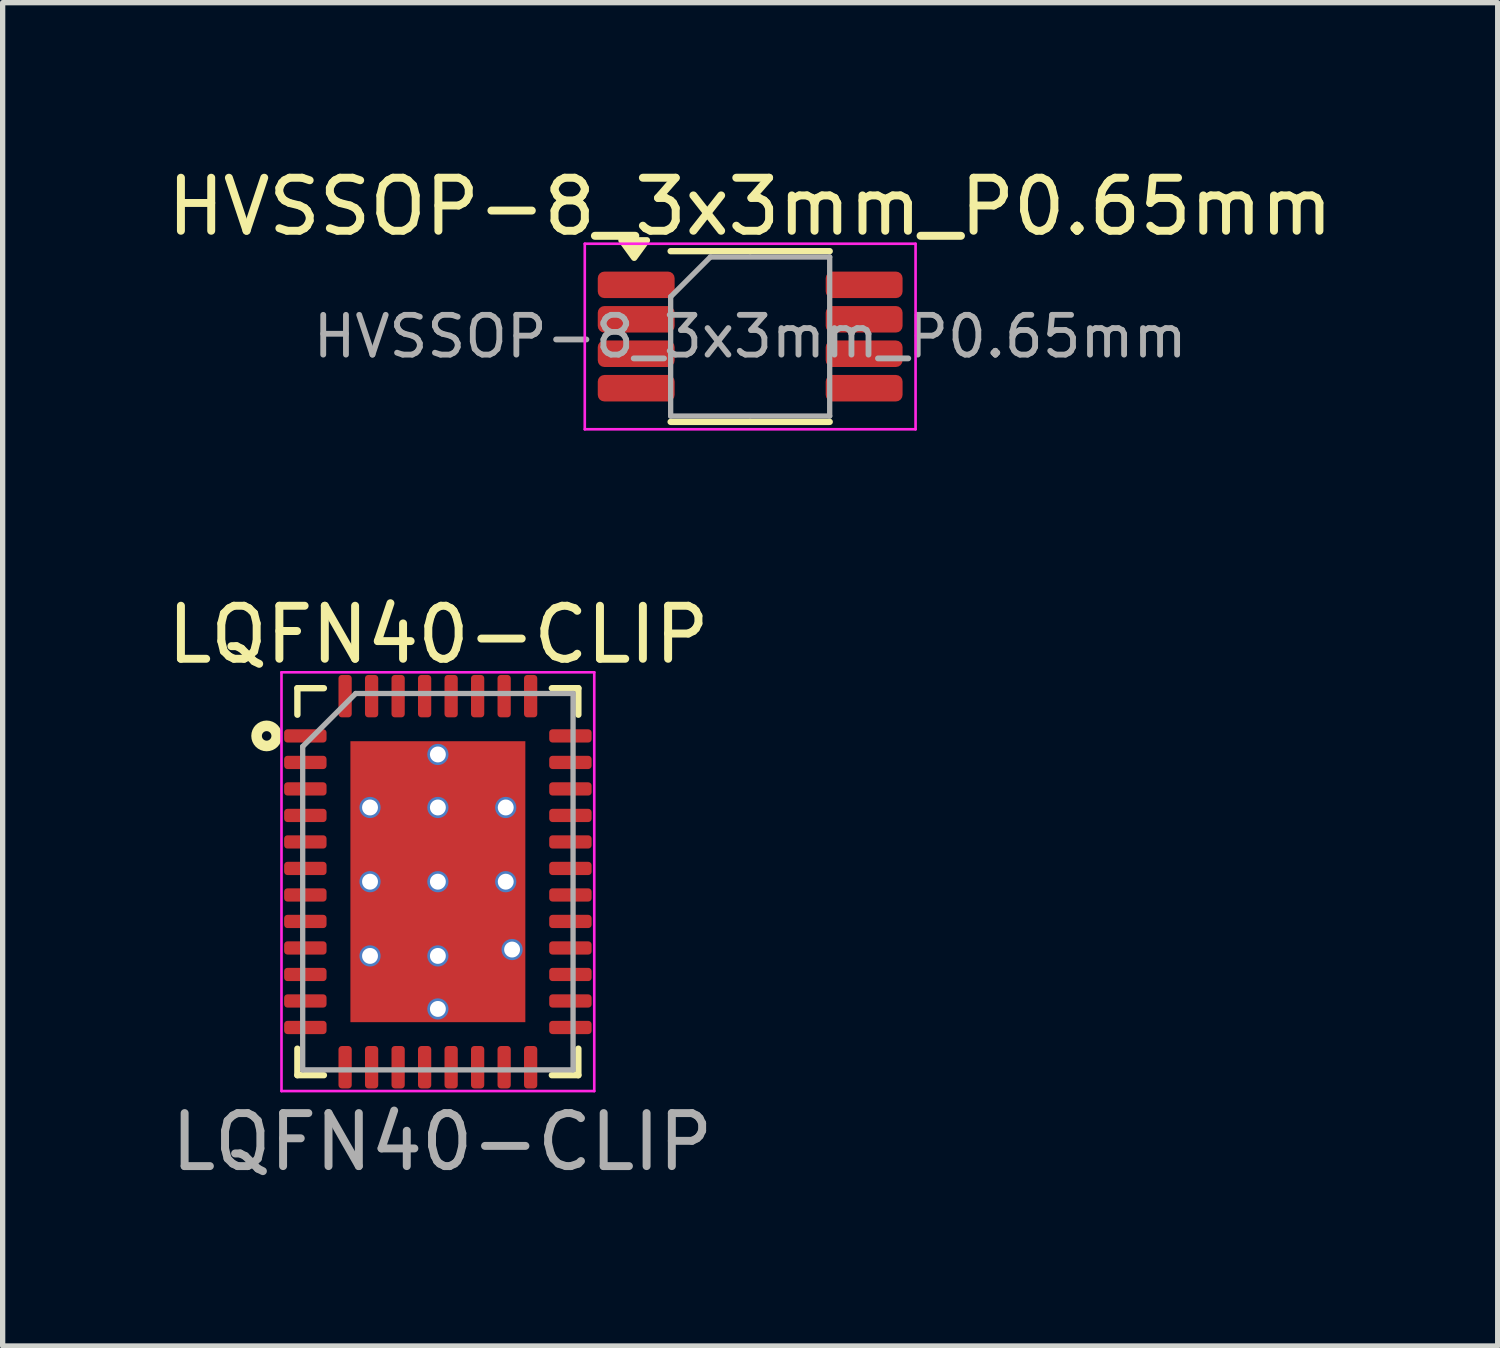
<source format=kicad_pcb>
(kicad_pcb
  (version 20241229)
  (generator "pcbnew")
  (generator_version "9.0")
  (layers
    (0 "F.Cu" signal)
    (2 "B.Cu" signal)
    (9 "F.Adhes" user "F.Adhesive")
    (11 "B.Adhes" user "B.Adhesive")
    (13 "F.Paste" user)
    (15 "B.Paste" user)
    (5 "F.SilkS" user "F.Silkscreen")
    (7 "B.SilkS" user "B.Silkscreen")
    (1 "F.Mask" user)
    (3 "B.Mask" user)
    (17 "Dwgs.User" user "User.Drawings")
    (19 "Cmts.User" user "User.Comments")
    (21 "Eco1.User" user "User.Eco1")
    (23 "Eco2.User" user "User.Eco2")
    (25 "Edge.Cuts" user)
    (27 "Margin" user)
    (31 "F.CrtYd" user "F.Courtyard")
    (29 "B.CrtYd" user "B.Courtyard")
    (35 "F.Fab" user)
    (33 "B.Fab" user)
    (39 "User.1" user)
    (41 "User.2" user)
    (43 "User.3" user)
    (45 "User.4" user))
  (footprint "LQFN40-CLIP"
    (layer "F.Cu")
    (at 5.21 13.582)
    (property "Reference" "LQFN40-CLIP" (at 0.01 -4.66 0) (layer "F.SilkS") (effects (font (size 1 1) (thickness 0.15))))
    (attr smd)
    (fp_line (start -2.65 -3.65) (end -2.65 -3.15) (stroke (width 0.12) (type solid)) (layer "F.SilkS"))
    (fp_line (start -2.65 3.65) (end -2.65 3.15) (stroke (width 0.12) (type solid)) (layer "F.SilkS"))
    (fp_line (start -2.15 -3.65) (end -2.65 -3.65) (stroke (width 0.12) (type solid)) (layer "F.SilkS"))
    (fp_line (start -2.15 3.65) (end -2.65 3.65) (stroke (width 0.12) (type solid)) (layer "F.SilkS"))
    (fp_line (start 2.15 -3.65) (end 2.65 -3.65) (stroke (width 0.12) (type solid)) (layer "F.SilkS"))
    (fp_line (start 2.15 3.65) (end 2.65 3.65) (stroke (width 0.12) (type solid)) (layer "F.SilkS"))
    (fp_line (start 2.65 -3.65) (end 2.65 -3.15) (stroke (width 0.12) (type solid)) (layer "F.SilkS"))
    (fp_line (start 2.65 3.65) (end 2.65 3.15) (stroke (width 0.12) (type solid)) (layer "F.SilkS"))
    (fp_circle (center -3.23 -2.75) (end -3.14 -2.75) (stroke (width 0.2) (type default)) (fill no) (layer "F.SilkS"))
    (fp_line (start -2.95 -3.95) (end -2.95 3.95) (stroke (width 0.05) (type solid)) (layer "F.CrtYd"))
    (fp_line (start -2.95 3.95) (end 2.95 3.95) (stroke (width 0.05) (type solid)) (layer "F.CrtYd"))
    (fp_line (start 2.95 -3.95) (end -2.95 -3.95) (stroke (width 0.05) (type solid)) (layer "F.CrtYd"))
    (fp_line (start 2.95 3.95) (end 2.95 -3.95) (stroke (width 0.05) (type solid)) (layer "F.CrtYd"))
    (fp_line (start -2.55 -2.55) (end -1.55 -3.55) (stroke (width 0.1) (type solid)) (layer "F.Fab"))
    (fp_line (start -2.55 3.55) (end -2.55 -2.55) (stroke (width 0.1) (type solid)) (layer "F.Fab"))
    (fp_line (start -1.55 -3.55) (end 2.55 -3.55) (stroke (width 0.1) (type solid)) (layer "F.Fab"))
    (fp_line (start 2.55 -3.55) (end 2.55 3.55) (stroke (width 0.1) (type solid)) (layer "F.Fab"))
    (fp_line (start 2.55 3.55) (end -2.55 3.55) (stroke (width 0.1) (type solid)) (layer "F.Fab"))
    (fp_text user "${REFERENCE}" (at 0.08 4.91 0) (layer "F.Fab") (effects (font (size 1 1) (thickness 0.15))))
    (pad "" smd roundrect (at -0.9 -2.1) (size 1.3 0.9) (layers "F.Paste") (roundrect_rratio 0.245))
    (pad "" smd roundrect (at -0.9 2.1) (size 1.3 0.9) (layers "F.Paste") (roundrect_rratio 0.245))
    (pad "" smd roundrect (at -0.85 -0.7) (size 1.4 0.95) (layers "F.Paste") (roundrect_rratio 0.245))
    (pad "" smd roundrect (at -0.85 0.7) (size 1.4 0.95) (layers "F.Paste") (roundrect_rratio 0.245))
    (pad "" smd roundrect (at 0.85 -0.7) (size 1.4 0.95) (layers "F.Paste") (roundrect_rratio 0.245))
    (pad "" smd roundrect (at 0.85 0.7) (size 1.4 0.95) (layers "F.Paste") (roundrect_rratio 0.245))
    (pad "" smd roundrect (at 0.9 -2.1) (size 1.3 0.9) (layers "F.Paste") (roundrect_rratio 0.245))
    (pad "" smd roundrect (at 0.9 2.1) (size 1.3 0.9) (layers "F.Paste") (roundrect_rratio 0.245))
    (pad "1" smd roundrect (at -2.5 -2.75) (size 0.8 0.25) (layers "F.Cu" "F.Mask" "F.Paste") (roundrect_rratio 0.25))
    (pad "2" smd roundrect (at -2.5 -2.25) (size 0.8 0.25) (layers "F.Cu" "F.Mask" "F.Paste") (roundrect_rratio 0.25))
    (pad "3" smd roundrect (at -2.5 -1.75) (size 0.8 0.25) (layers "F.Cu" "F.Mask" "F.Paste") (roundrect_rratio 0.25))
    (pad "4" smd roundrect (at -2.5 -1.25) (size 0.8 0.25) (layers "F.Cu" "F.Mask" "F.Paste") (roundrect_rratio 0.25))
    (pad "5" smd roundrect (at -2.5 -0.75) (size 0.8 0.25) (layers "F.Cu" "F.Mask" "F.Paste") (roundrect_rratio 0.25))
    (pad "6" smd roundrect (at -2.5 -0.25) (size 0.8 0.25) (layers "F.Cu" "F.Mask" "F.Paste") (roundrect_rratio 0.25))
    (pad "7" smd roundrect (at -2.5 0.25) (size 0.8 0.25) (layers "F.Cu" "F.Mask" "F.Paste") (roundrect_rratio 0.25))
    (pad "8" smd roundrect (at -2.5 0.75) (size 0.8 0.25) (layers "F.Cu" "F.Mask" "F.Paste") (roundrect_rratio 0.25))
    (pad "9" smd roundrect (at -2.5 1.25) (size 0.8 0.25) (layers "F.Cu" "F.Mask" "F.Paste") (roundrect_rratio 0.25))
    (pad "10" smd roundrect (at -2.5 1.75) (size 0.8 0.25) (layers "F.Cu" "F.Mask" "F.Paste") (roundrect_rratio 0.25))
    (pad "11" smd roundrect (at -2.5 2.25) (size 0.8 0.25) (layers "F.Cu" "F.Mask" "F.Paste") (roundrect_rratio 0.25))
    (pad "12" smd roundrect (at -2.5 2.75) (size 0.8 0.25) (layers "F.Cu" "F.Mask" "F.Paste") (roundrect_rratio 0.25))
    (pad "13" smd roundrect (at -1.75 3.5) (size 0.25 0.8) (layers "F.Cu" "F.Mask" "F.Paste") (roundrect_rratio 0.25))
    (pad "14" smd roundrect (at -1.25 3.5) (size 0.25 0.8) (layers "F.Cu" "F.Mask" "F.Paste") (roundrect_rratio 0.25))
    (pad "15" smd roundrect (at -0.75 3.5) (size 0.25 0.8) (layers "F.Cu" "F.Mask" "F.Paste") (roundrect_rratio 0.25))
    (pad "16" smd roundrect (at -0.25 3.5) (size 0.25 0.8) (layers "F.Cu" "F.Mask" "F.Paste") (roundrect_rratio 0.25))
    (pad "17" smd roundrect (at 0.25 3.5) (size 0.25 0.8) (layers "F.Cu" "F.Mask" "F.Paste") (roundrect_rratio 0.25))
    (pad "18" smd roundrect (at 0.75 3.5) (size 0.25 0.8) (layers "F.Cu" "F.Mask" "F.Paste") (roundrect_rratio 0.25))
    (pad "19" smd roundrect (at 1.25 3.5) (size 0.25 0.8) (layers "F.Cu" "F.Mask" "F.Paste") (roundrect_rratio 0.25))
    (pad "20" smd roundrect (at 1.75 3.5) (size 0.25 0.8) (layers "F.Cu" "F.Mask" "F.Paste") (roundrect_rratio 0.25))
    (pad "21" smd roundrect (at 2.5 2.75) (size 0.8 0.25) (layers "F.Cu" "F.Mask" "F.Paste") (roundrect_rratio 0.25))
    (pad "22" smd roundrect (at 2.5 2.25) (size 0.8 0.25) (layers "F.Cu" "F.Mask" "F.Paste") (roundrect_rratio 0.25))
    (pad "23" smd roundrect (at 2.5 1.75) (size 0.8 0.25) (layers "F.Cu" "F.Mask" "F.Paste") (roundrect_rratio 0.25))
    (pad "24" smd roundrect (at 2.5 1.25) (size 0.8 0.25) (layers "F.Cu" "F.Mask" "F.Paste") (roundrect_rratio 0.25))
    (pad "25" smd roundrect (at 2.5 0.75) (size 0.8 0.25) (layers "F.Cu" "F.Mask" "F.Paste") (roundrect_rratio 0.25))
    (pad "26" smd roundrect (at 2.5 0.25) (size 0.8 0.25) (layers "F.Cu" "F.Mask" "F.Paste") (roundrect_rratio 0.25))
    (pad "27" smd roundrect (at 2.5 -0.25) (size 0.8 0.25) (layers "F.Cu" "F.Mask" "F.Paste") (roundrect_rratio 0.25))
    (pad "28" smd roundrect (at 2.5 -0.75) (size 0.8 0.25) (layers "F.Cu" "F.Mask" "F.Paste") (roundrect_rratio 0.25))
    (pad "29" smd roundrect (at 2.5 -1.25) (size 0.8 0.25) (layers "F.Cu" "F.Mask" "F.Paste") (roundrect_rratio 0.25))
    (pad "30" smd roundrect (at 2.5 -1.75) (size 0.8 0.25) (layers "F.Cu" "F.Mask" "F.Paste") (roundrect_rratio 0.25))
    (pad "31" smd roundrect (at 2.5 -2.25) (size 0.8 0.25) (layers "F.Cu" "F.Mask" "F.Paste") (roundrect_rratio 0.25))
    (pad "32" smd roundrect (at 2.5 -2.75) (size 0.8 0.25) (layers "F.Cu" "F.Mask" "F.Paste") (roundrect_rratio 0.25))
    (pad "33" smd roundrect (at 1.75 -3.5) (size 0.25 0.8) (layers "F.Cu" "F.Mask" "F.Paste") (roundrect_rratio 0.25))
    (pad "34" smd roundrect (at 1.25 -3.5) (size 0.25 0.8) (layers "F.Cu" "F.Mask" "F.Paste") (roundrect_rratio 0.25))
    (pad "35" smd roundrect (at 0.75 -3.5) (size 0.25 0.8) (layers "F.Cu" "F.Mask" "F.Paste") (roundrect_rratio 0.25))
    (pad "36" smd roundrect (at 0.25 -3.5) (size 0.25 0.8) (layers "F.Cu" "F.Mask" "F.Paste") (roundrect_rratio 0.25))
    (pad "37" smd roundrect (at -0.25 -3.5) (size 0.25 0.8) (layers "F.Cu" "F.Mask" "F.Paste") (roundrect_rratio 0.25))
    (pad "38" smd roundrect (at -0.75 -3.5) (size 0.25 0.8) (layers "F.Cu" "F.Mask" "F.Paste") (roundrect_rratio 0.25))
    (pad "39" smd roundrect (at -1.25 -3.5) (size 0.25 0.8) (layers "F.Cu" "F.Mask" "F.Paste") (roundrect_rratio 0.25))
    (pad "40" smd roundrect (at -1.75 -3.5) (size 0.25 0.8) (layers "F.Cu" "F.Mask" "F.Paste") (roundrect_rratio 0.25))
    (pad "41" thru_hole circle (at -1.28 -1.4) (size 0.4 0.4) (drill 0.3) (layers "*.Cu" "*.Mask"))
    (pad "41" thru_hole circle (at -1.28 0) (size 0.4 0.4) (drill 0.3) (layers "*.Cu" "*.Mask"))
    (pad "41" thru_hole circle (at -1.28 1.4) (size 0.4 0.4) (drill 0.3) (layers "*.Cu" "*.Mask"))
    (pad "41" thru_hole circle (at 0 -2.4) (size 0.4 0.4) (drill 0.3) (layers "*.Cu" "*.Mask"))
    (pad "41" thru_hole circle (at 0 -1.4) (size 0.4 0.4) (drill 0.3) (layers "*.Cu" "*.Mask"))
    (pad "41" thru_hole circle (at 0 0) (size 0.4 0.4) (drill 0.3) (layers "*.Cu" "*.Mask"))
    (pad "41" smd rect (at 0 0) (size 3.3 5.3) (layers "F.Cu" "F.Mask"))
    (pad "41" thru_hole circle (at 0 1.4) (size 0.4 0.4) (drill 0.3) (layers "*.Cu" "*.Mask"))
    (pad "41" thru_hole circle (at 0 2.4) (size 0.4 0.4) (drill 0.3) (layers "*.Cu" "*.Mask"))
    (pad "41" thru_hole circle (at 1.28 -1.4) (size 0.4 0.4) (drill 0.3) (layers "*.Cu" "*.Mask"))
    (pad "41" thru_hole circle (at 1.28 0) (size 0.4 0.4) (drill 0.3) (layers "*.Cu" "*.Mask"))
    (pad "41" thru_hole circle (at 1.4 1.28) (size 0.4 0.4) (drill 0.3) (layers "*.Cu" "*.Mask")))
  (footprint "HVSSOP-8_3x3mm_P0.65mm"
    (layer "F.Cu")
    (at 11.101 3.298)
    (property "Reference" "HVSSOP-8_3x3mm_P0.65mm" (at 0 -2.45 0) (layer "F.SilkS") (effects (font (size 1 1) (thickness 0.15))))
    (attr smd)
    (fp_line (start 0 -1.61) (end -1.5 -1.61) (stroke (width 0.12) (type solid)) (layer "F.SilkS"))
    (fp_line (start 0 -1.61) (end 1.5 -1.61) (stroke (width 0.12) (type solid)) (layer "F.SilkS"))
    (fp_line (start 0 1.61) (end -1.5 1.61) (stroke (width 0.12) (type solid)) (layer "F.SilkS"))
    (fp_line (start 0 1.61) (end 1.5 1.61) (stroke (width 0.12) (type solid)) (layer "F.SilkS"))
    (fp_poly (pts (xy -2.188 -1.485) (xy -2.428 -1.815) (xy -1.948 -1.815) (xy -2.188 -1.485)) (stroke (width 0.12) (type solid)) (fill yes) (layer "F.SilkS"))
    (fp_line (start -3.12 -1.75) (end -3.12 1.75) (stroke (width 0.05) (type solid)) (layer "F.CrtYd"))
    (fp_line (start -3.12 1.75) (end 3.12 1.75) (stroke (width 0.05) (type solid)) (layer "F.CrtYd"))
    (fp_line (start 3.12 -1.75) (end -3.12 -1.75) (stroke (width 0.05) (type solid)) (layer "F.CrtYd"))
    (fp_line (start 3.12 1.75) (end 3.12 -1.75) (stroke (width 0.05) (type solid)) (layer "F.CrtYd"))
    (fp_line (start -1.5 -0.75) (end -0.75 -1.5) (stroke (width 0.1) (type solid)) (layer "F.Fab"))
    (fp_line (start -1.5 1.5) (end -1.5 -0.75) (stroke (width 0.1) (type solid)) (layer "F.Fab"))
    (fp_line (start -0.75 -1.5) (end 1.5 -1.5) (stroke (width 0.1) (type solid)) (layer "F.Fab"))
    (fp_line (start 1.5 -1.5) (end 1.5 1.5) (stroke (width 0.1) (type solid)) (layer "F.Fab"))
    (fp_line (start 1.5 1.5) (end -1.5 1.5) (stroke (width 0.1) (type solid)) (layer "F.Fab"))
    (fp_text user "${REFERENCE}" (at 0 0 0) (layer "F.Fab") (effects (font (size 0.75 0.75) (thickness 0.11))))
    (pad "1" smd roundrect (at -2.15 -0.975) (size 1.45 0.5) (layers "F.Cu" "F.Mask" "F.Paste") (roundrect_rratio 0.25))
    (pad "2" smd roundrect (at -2.15 -0.325) (size 1.45 0.5) (layers "F.Cu" "F.Mask" "F.Paste") (roundrect_rratio 0.25))
    (pad "3" smd roundrect (at -2.15 0.325) (size 1.45 0.5) (layers "F.Cu" "F.Mask" "F.Paste") (roundrect_rratio 0.25))
    (pad "4" smd roundrect (at -2.15 0.975) (size 1.45 0.5) (layers "F.Cu" "F.Mask" "F.Paste") (roundrect_rratio 0.25))
    (pad "5" smd roundrect (at 2.15 0.975) (size 1.45 0.5) (layers "F.Cu" "F.Mask" "F.Paste") (roundrect_rratio 0.25))
    (pad "6" smd roundrect (at 2.15 0.325) (size 1.45 0.5) (layers "F.Cu" "F.Mask" "F.Paste") (roundrect_rratio 0.25))
    (pad "7" smd roundrect (at 2.15 -0.325) (size 1.45 0.5) (layers "F.Cu" "F.Mask" "F.Paste") (roundrect_rratio 0.25))
    (pad "8" smd roundrect (at 2.15 -0.975) (size 1.45 0.5) (layers "F.Cu" "F.Mask" "F.Paste") (roundrect_rratio 0.25)))
  (gr_rect
    (start -3 -3)
    (end 25.202 22.34)
    (stroke (width 0.1) (type default))
    (fill no)
    (layer "Edge.Cuts")))
</source>
